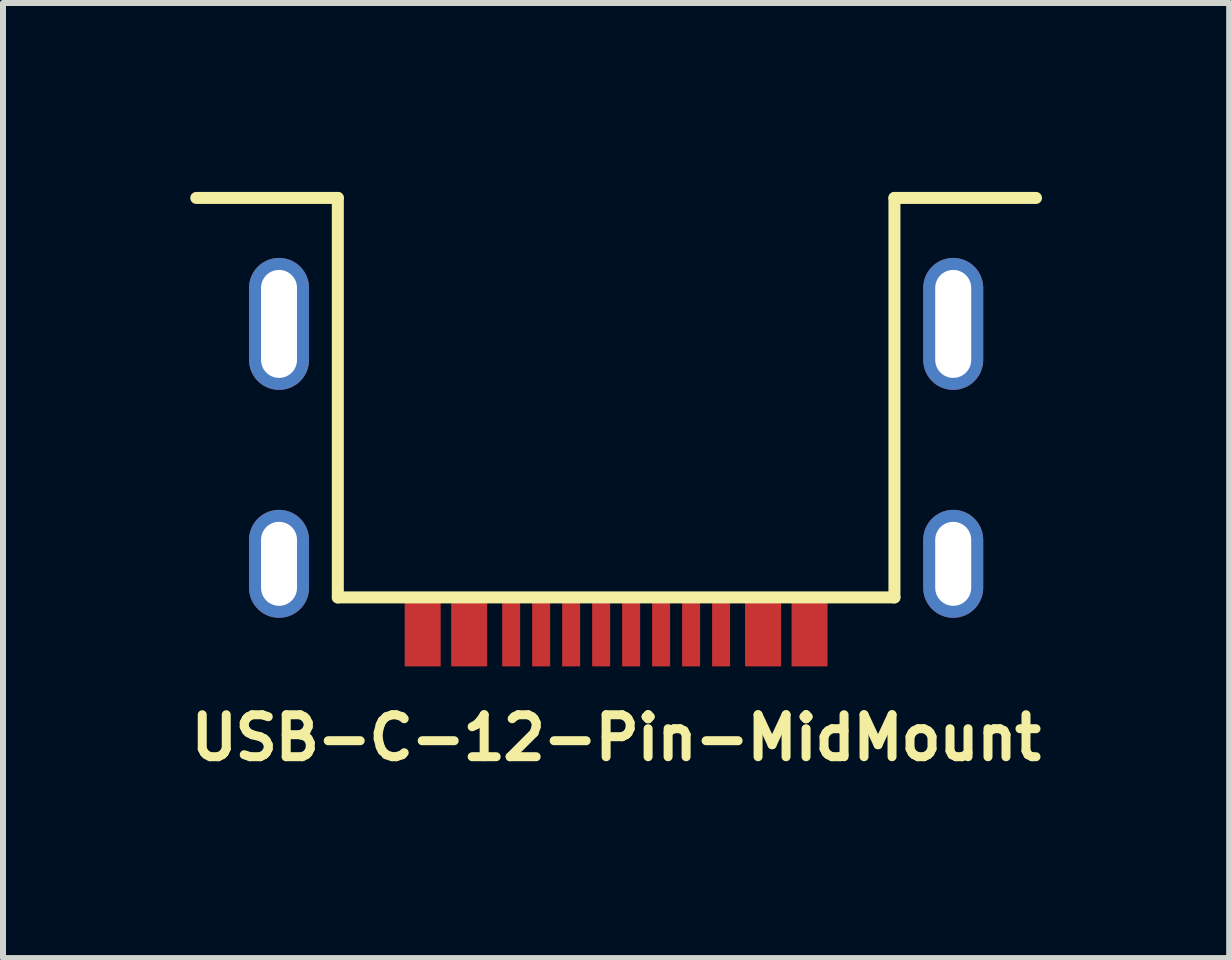
<source format=kicad_pcb>
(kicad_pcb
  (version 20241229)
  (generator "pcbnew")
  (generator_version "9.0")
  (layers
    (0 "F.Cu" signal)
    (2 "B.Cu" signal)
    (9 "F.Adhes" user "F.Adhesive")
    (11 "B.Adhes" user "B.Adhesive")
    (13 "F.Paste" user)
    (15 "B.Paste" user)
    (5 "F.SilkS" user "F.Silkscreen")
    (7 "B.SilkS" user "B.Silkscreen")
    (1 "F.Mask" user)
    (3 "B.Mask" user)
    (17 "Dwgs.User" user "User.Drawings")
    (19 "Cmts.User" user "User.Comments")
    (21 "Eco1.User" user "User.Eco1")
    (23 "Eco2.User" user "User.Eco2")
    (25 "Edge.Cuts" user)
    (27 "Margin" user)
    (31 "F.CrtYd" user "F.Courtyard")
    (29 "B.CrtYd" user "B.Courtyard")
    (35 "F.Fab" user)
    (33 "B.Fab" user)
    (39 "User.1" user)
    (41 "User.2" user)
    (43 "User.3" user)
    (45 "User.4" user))
  (footprint "USB-C-12-Pin-MidMount"
    (layer "F.Cu")
    (at 7.222 0.25)
    (property "Reference" "USB-C-12-Pin-MidMount" (at 0 9 0) (layer "F.SilkS") (effects (font (size 0.7 0.7) (thickness 0.15))))
    (attr through_hole)
    (fp_line (start -7 0) (end -4.64 0) (stroke (width 0.2) (type solid)) (layer "F.SilkS"))
    (fp_line (start -4.64 6.66) (end -4.64 0) (stroke (width 0.2) (type solid)) (layer "F.SilkS"))
    (fp_line (start -4.64 6.66) (end 4.64 6.66) (stroke (width 0.2) (type solid)) (layer "F.SilkS"))
    (fp_line (start 4.64 6.66) (end 4.64 0) (stroke (width 0.2) (type solid)) (layer "F.SilkS"))
    (fp_line (start 7 0) (end 4.64 0) (stroke (width 0.2) (type solid)) (layer "F.SilkS"))
    (pad "1" smd rect (at 3.225 7.235) (size 0.6 1.15) (layers "F.Cu" "F.Mask" "F.Paste"))
    (pad "2" smd rect (at 2.45 7.235) (size 0.6 1.15) (layers "F.Cu" "F.Mask" "F.Paste"))
    (pad "3" smd rect (at 1.75 7.235) (size 0.3 1.15) (layers "F.Cu" "F.Mask" "F.Paste"))
    (pad "4" smd rect (at 1.25 7.235) (size 0.3 1.15) (layers "F.Cu" "F.Mask" "F.Paste"))
    (pad "5" smd rect (at 0.75 7.235) (size 0.3 1.15) (layers "F.Cu" "F.Mask" "F.Paste"))
    (pad "6" smd rect (at 0.25 7.235) (size 0.3 1.15) (layers "F.Cu" "F.Mask" "F.Paste"))
    (pad "7" smd rect (at -0.25 7.235) (size 0.3 1.15) (layers "F.Cu" "F.Mask" "F.Paste"))
    (pad "8" smd rect (at -0.75 7.235) (size 0.3 1.15) (layers "F.Cu" "F.Mask" "F.Paste"))
    (pad "9" smd rect (at -1.25 7.235) (size 0.3 1.15) (layers "F.Cu" "F.Mask" "F.Paste"))
    (pad "10" smd rect (at -1.75 7.235) (size 0.3 1.15) (layers "F.Cu" "F.Mask" "F.Paste"))
    (pad "11" smd rect (at -2.45 7.235) (size 0.6 1.15) (layers "F.Cu" "F.Mask" "F.Paste"))
    (pad "12" smd rect (at -3.225 7.235) (size 0.6 1.15) (layers "F.Cu" "F.Mask" "F.Paste"))
    (pad "13" thru_hole oval (at -5.62 2.1) (size 1 2.2) (drill oval 0.6 1.8) (layers "*.Cu" "*.Mask"))
    (pad "13" thru_hole oval (at -5.62 6.1) (size 1 1.8) (drill oval 0.6 1.4) (layers "*.Cu" "*.Mask"))
    (pad "13" thru_hole oval (at 5.62 2.1) (size 1 2.2) (drill oval 0.6 1.8) (layers "*.Cu" "*.Mask"))
    (pad "13" thru_hole oval (at 5.62 6.1) (size 1 1.8) (drill oval 0.6 1.4) (layers "*.Cu" "*.Mask")))
  (gr_rect
    (start -3 -3)
    (end 17.443 12.923)
    (stroke (width 0.1) (type default))
    (fill no)
    (layer "Edge.Cuts")))
</source>
